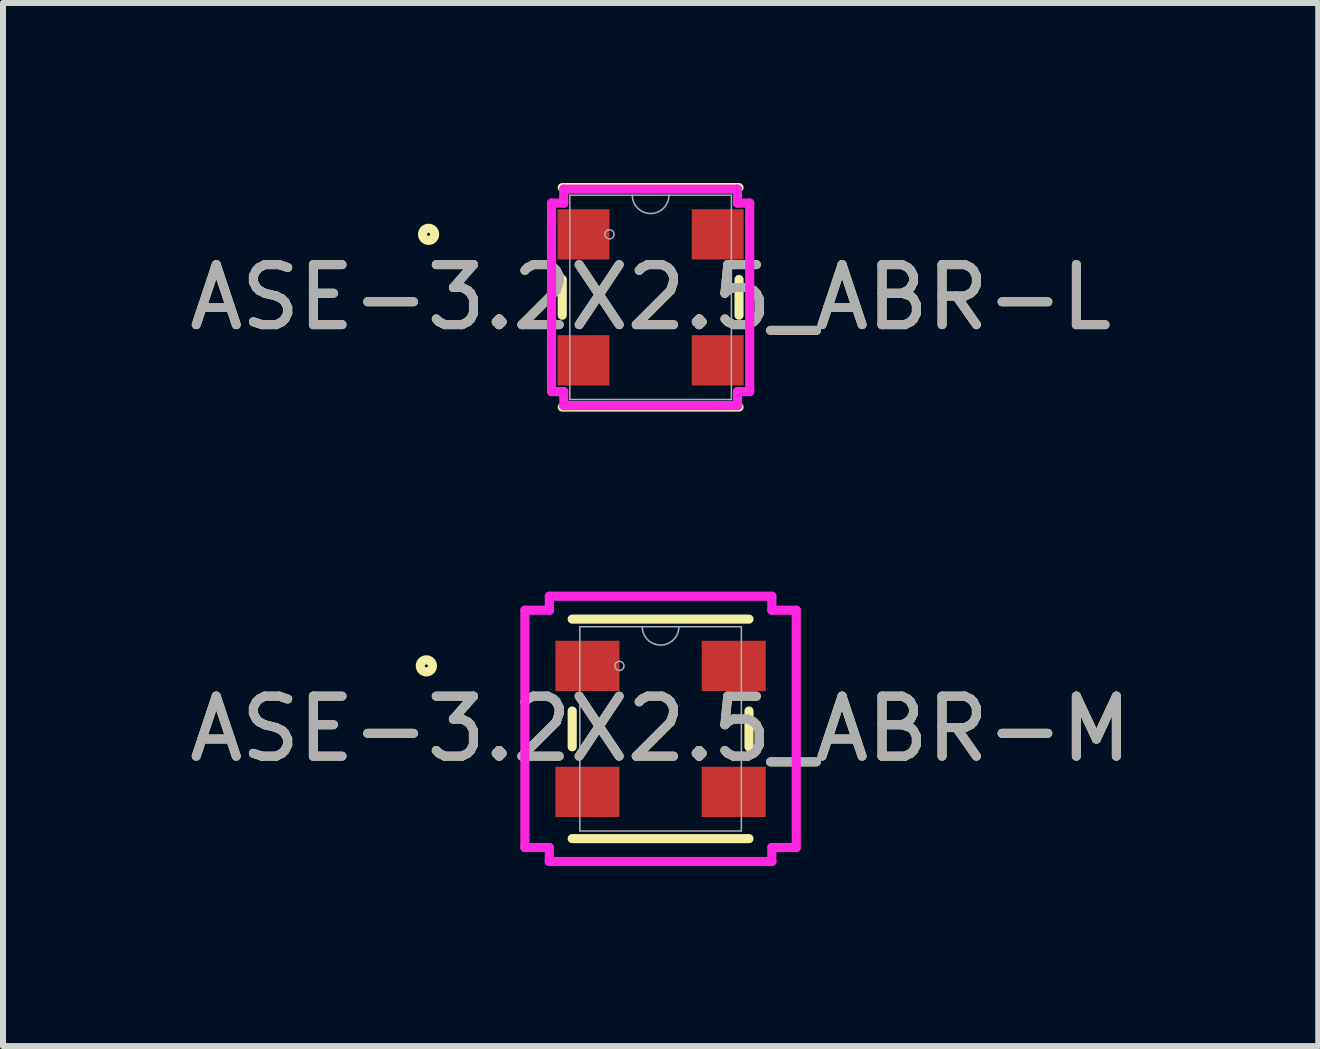
<source format=kicad_pcb>
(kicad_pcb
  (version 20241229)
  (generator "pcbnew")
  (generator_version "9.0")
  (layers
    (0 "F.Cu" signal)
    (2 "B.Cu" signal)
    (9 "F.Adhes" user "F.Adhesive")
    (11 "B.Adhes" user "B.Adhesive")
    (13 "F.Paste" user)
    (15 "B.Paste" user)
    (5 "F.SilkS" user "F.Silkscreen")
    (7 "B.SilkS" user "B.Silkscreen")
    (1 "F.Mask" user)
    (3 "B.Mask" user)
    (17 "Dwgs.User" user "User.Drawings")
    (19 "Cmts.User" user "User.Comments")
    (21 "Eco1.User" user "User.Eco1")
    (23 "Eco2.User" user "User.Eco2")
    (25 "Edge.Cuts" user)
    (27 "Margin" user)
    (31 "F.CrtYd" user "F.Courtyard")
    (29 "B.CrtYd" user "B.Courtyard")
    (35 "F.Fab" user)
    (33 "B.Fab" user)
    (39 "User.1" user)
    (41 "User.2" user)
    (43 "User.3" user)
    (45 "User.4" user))
  (footprint "ASE-3.2X2.5_ABR-L"
    (layer "F.Cu")
    (at 7.792 1.905)
    (property "Reference" "ASE-3.2X2.5_ABR-L" (at 0 0 0) (unlocked yes) (layer "F.SilkS") (effects (font (size 1 1) (thickness 0.15))))
    (attr smd)
    (fp_line (start -1.473 -0.298) (end -1.473 0.298) (stroke (width 0.152) (type solid)) (layer "F.SilkS"))
    (fp_line (start -1.473 1.829) (end 1.473 1.829) (stroke (width 0.152) (type solid)) (layer "F.SilkS"))
    (fp_line (start 1.473 -1.829) (end -1.473 -1.829) (stroke (width 0.152) (type solid)) (layer "F.SilkS"))
    (fp_line (start 1.473 0.298) (end 1.473 -0.298) (stroke (width 0.152) (type solid)) (layer "F.SilkS"))
    (fp_circle (center -3.7 -1.05) (end -3.599 -1.05) (stroke (width 0.152) (type solid)) (fill no) (layer "F.SilkS"))
    (fp_line (start -1.651 -1.571) (end -1.448 -1.571) (stroke (width 0.152) (type solid)) (layer "F.CrtYd"))
    (fp_line (start -1.651 1.571) (end -1.651 -1.571) (stroke (width 0.152) (type solid)) (layer "F.CrtYd"))
    (fp_line (start -1.651 1.571) (end -1.448 1.571) (stroke (width 0.152) (type solid)) (layer "F.CrtYd"))
    (fp_line (start -1.448 -1.803) (end 1.448 -1.803) (stroke (width 0.152) (type solid)) (layer "F.CrtYd"))
    (fp_line (start -1.448 -1.571) (end -1.448 -1.803) (stroke (width 0.152) (type solid)) (layer "F.CrtYd"))
    (fp_line (start -1.448 1.803) (end -1.448 1.571) (stroke (width 0.152) (type solid)) (layer "F.CrtYd"))
    (fp_line (start 1.448 -1.803) (end 1.448 -1.571) (stroke (width 0.152) (type solid)) (layer "F.CrtYd"))
    (fp_line (start 1.448 1.571) (end 1.448 1.803) (stroke (width 0.152) (type solid)) (layer "F.CrtYd"))
    (fp_line (start 1.448 1.803) (end -1.448 1.803) (stroke (width 0.152) (type solid)) (layer "F.CrtYd"))
    (fp_line (start 1.651 -1.571) (end 1.448 -1.571) (stroke (width 0.152) (type solid)) (layer "F.CrtYd"))
    (fp_line (start 1.651 -1.571) (end 1.651 1.571) (stroke (width 0.152) (type solid)) (layer "F.CrtYd"))
    (fp_line (start 1.651 1.571) (end 1.448 1.571) (stroke (width 0.152) (type solid)) (layer "F.CrtYd"))
    (fp_line (start -1.346 -1.702) (end -1.346 1.702) (stroke (width 0.025) (type solid)) (layer "F.Fab"))
    (fp_line (start -1.346 1.702) (end 1.346 1.702) (stroke (width 0.025) (type solid)) (layer "F.Fab"))
    (fp_line (start 1.346 -1.702) (end -1.346 -1.702) (stroke (width 0.025) (type solid)) (layer "F.Fab"))
    (fp_line (start 1.346 1.702) (end 1.346 -1.702) (stroke (width 0.025) (type solid)) (layer "F.Fab"))
    (fp_arc (start 0.3048 -1.7018) (mid 0 -1.397) (end -0.3048 -1.7018) (stroke (width 0.0254) (type solid)) (layer "F.Fab"))
    (fp_circle (center -0.686 -1.05) (end -0.61 -1.05) (stroke (width 0.025) (type solid)) (fill no) (layer "F.Fab"))
    (fp_text user "${REFERENCE}" (at 0 0 0) (unlocked yes) (layer "F.Fab") (effects (font (size 1 1) (thickness 0.15))))
    (pad "1" smd rect (at -1.118 -1.05) (size 0.864 0.838) (layers "F.Cu" "F.Mask" "F.Paste"))
    (pad "2" smd rect (at -1.118 1.05) (size 0.864 0.838) (layers "F.Cu" "F.Mask" "F.Paste"))
    (pad "3" smd rect (at 1.118 1.05) (size 0.864 0.838) (layers "F.Cu" "F.Mask" "F.Paste"))
    (pad "4" smd rect (at 1.118 -1.05) (size 0.864 0.838) (layers "F.Cu" "F.Mask" "F.Paste")))
  (footprint "ASE-3.2X2.5_ABR-M"
    (layer "F.Cu")
    (at 7.958 9.096)
    (property "Reference" "ASE-3.2X2.5_ABR-M" (at 0 0 0) (unlocked yes) (layer "F.SilkS") (effects (font (size 1 1) (thickness 0.15))))
    (attr smd)
    (fp_line (start -1.473 -0.298) (end -1.473 0.298) (stroke (width 0.152) (type solid)) (layer "F.SilkS"))
    (fp_line (start -1.473 1.829) (end 1.473 1.829) (stroke (width 0.152) (type solid)) (layer "F.SilkS"))
    (fp_line (start 1.473 -1.829) (end -1.473 -1.829) (stroke (width 0.152) (type solid)) (layer "F.SilkS"))
    (fp_line (start 1.473 0.298) (end 1.473 -0.298) (stroke (width 0.152) (type solid)) (layer "F.SilkS"))
    (fp_circle (center -3.903 -1.05) (end -3.802 -1.05) (stroke (width 0.152) (type solid)) (fill no) (layer "F.SilkS"))
    (fp_line (start -2.261 -1.977) (end -1.854 -1.977) (stroke (width 0.152) (type solid)) (layer "F.CrtYd"))
    (fp_line (start -2.261 1.977) (end -2.261 -1.977) (stroke (width 0.152) (type solid)) (layer "F.CrtYd"))
    (fp_line (start -2.261 1.977) (end -1.854 1.977) (stroke (width 0.152) (type solid)) (layer "F.CrtYd"))
    (fp_line (start -1.854 -2.21) (end 1.854 -2.21) (stroke (width 0.152) (type solid)) (layer "F.CrtYd"))
    (fp_line (start -1.854 -1.977) (end -1.854 -2.21) (stroke (width 0.152) (type solid)) (layer "F.CrtYd"))
    (fp_line (start -1.854 2.21) (end -1.854 1.977) (stroke (width 0.152) (type solid)) (layer "F.CrtYd"))
    (fp_line (start 1.854 -2.21) (end 1.854 -1.977) (stroke (width 0.152) (type solid)) (layer "F.CrtYd"))
    (fp_line (start 1.854 1.977) (end 1.854 2.21) (stroke (width 0.152) (type solid)) (layer "F.CrtYd"))
    (fp_line (start 1.854 2.21) (end -1.854 2.21) (stroke (width 0.152) (type solid)) (layer "F.CrtYd"))
    (fp_line (start 2.261 -1.977) (end 1.854 -1.977) (stroke (width 0.152) (type solid)) (layer "F.CrtYd"))
    (fp_line (start 2.261 -1.977) (end 2.261 1.977) (stroke (width 0.152) (type solid)) (layer "F.CrtYd"))
    (fp_line (start 2.261 1.977) (end 1.854 1.977) (stroke (width 0.152) (type solid)) (layer "F.CrtYd"))
    (fp_line (start -1.346 -1.702) (end -1.346 1.702) (stroke (width 0.025) (type solid)) (layer "F.Fab"))
    (fp_line (start -1.346 1.702) (end 1.346 1.702) (stroke (width 0.025) (type solid)) (layer "F.Fab"))
    (fp_line (start 1.346 -1.702) (end -1.346 -1.702) (stroke (width 0.025) (type solid)) (layer "F.Fab"))
    (fp_line (start 1.346 1.702) (end 1.346 -1.702) (stroke (width 0.025) (type solid)) (layer "F.Fab"))
    (fp_arc (start 0.3048 -1.7018) (mid 0 -1.397) (end -0.3048 -1.7018) (stroke (width 0.0254) (type solid)) (layer "F.Fab"))
    (fp_circle (center -0.686 -1.05) (end -0.61 -1.05) (stroke (width 0.025) (type solid)) (fill no) (layer "F.Fab"))
    (fp_text user "${REFERENCE}" (at 0 0 0) (unlocked yes) (layer "F.Fab") (effects (font (size 1 1) (thickness 0.15))))
    (pad "1" smd rect (at -1.219 -1.05) (size 1.067 0.838) (layers "F.Cu" "F.Mask" "F.Paste"))
    (pad "2" smd rect (at -1.219 1.05) (size 1.067 0.838) (layers "F.Cu" "F.Mask" "F.Paste"))
    (pad "3" smd rect (at 1.219 1.05) (size 1.067 0.838) (layers "F.Cu" "F.Mask" "F.Paste"))
    (pad "4" smd rect (at 1.219 -1.05) (size 1.067 0.838) (layers "F.Cu" "F.Mask" "F.Paste")))
  (gr_rect
    (start -3 -3)
    (end 18.917 14.382)
    (stroke (width 0.1) (type default))
    (fill no)
    (layer "Edge.Cuts")))
</source>
